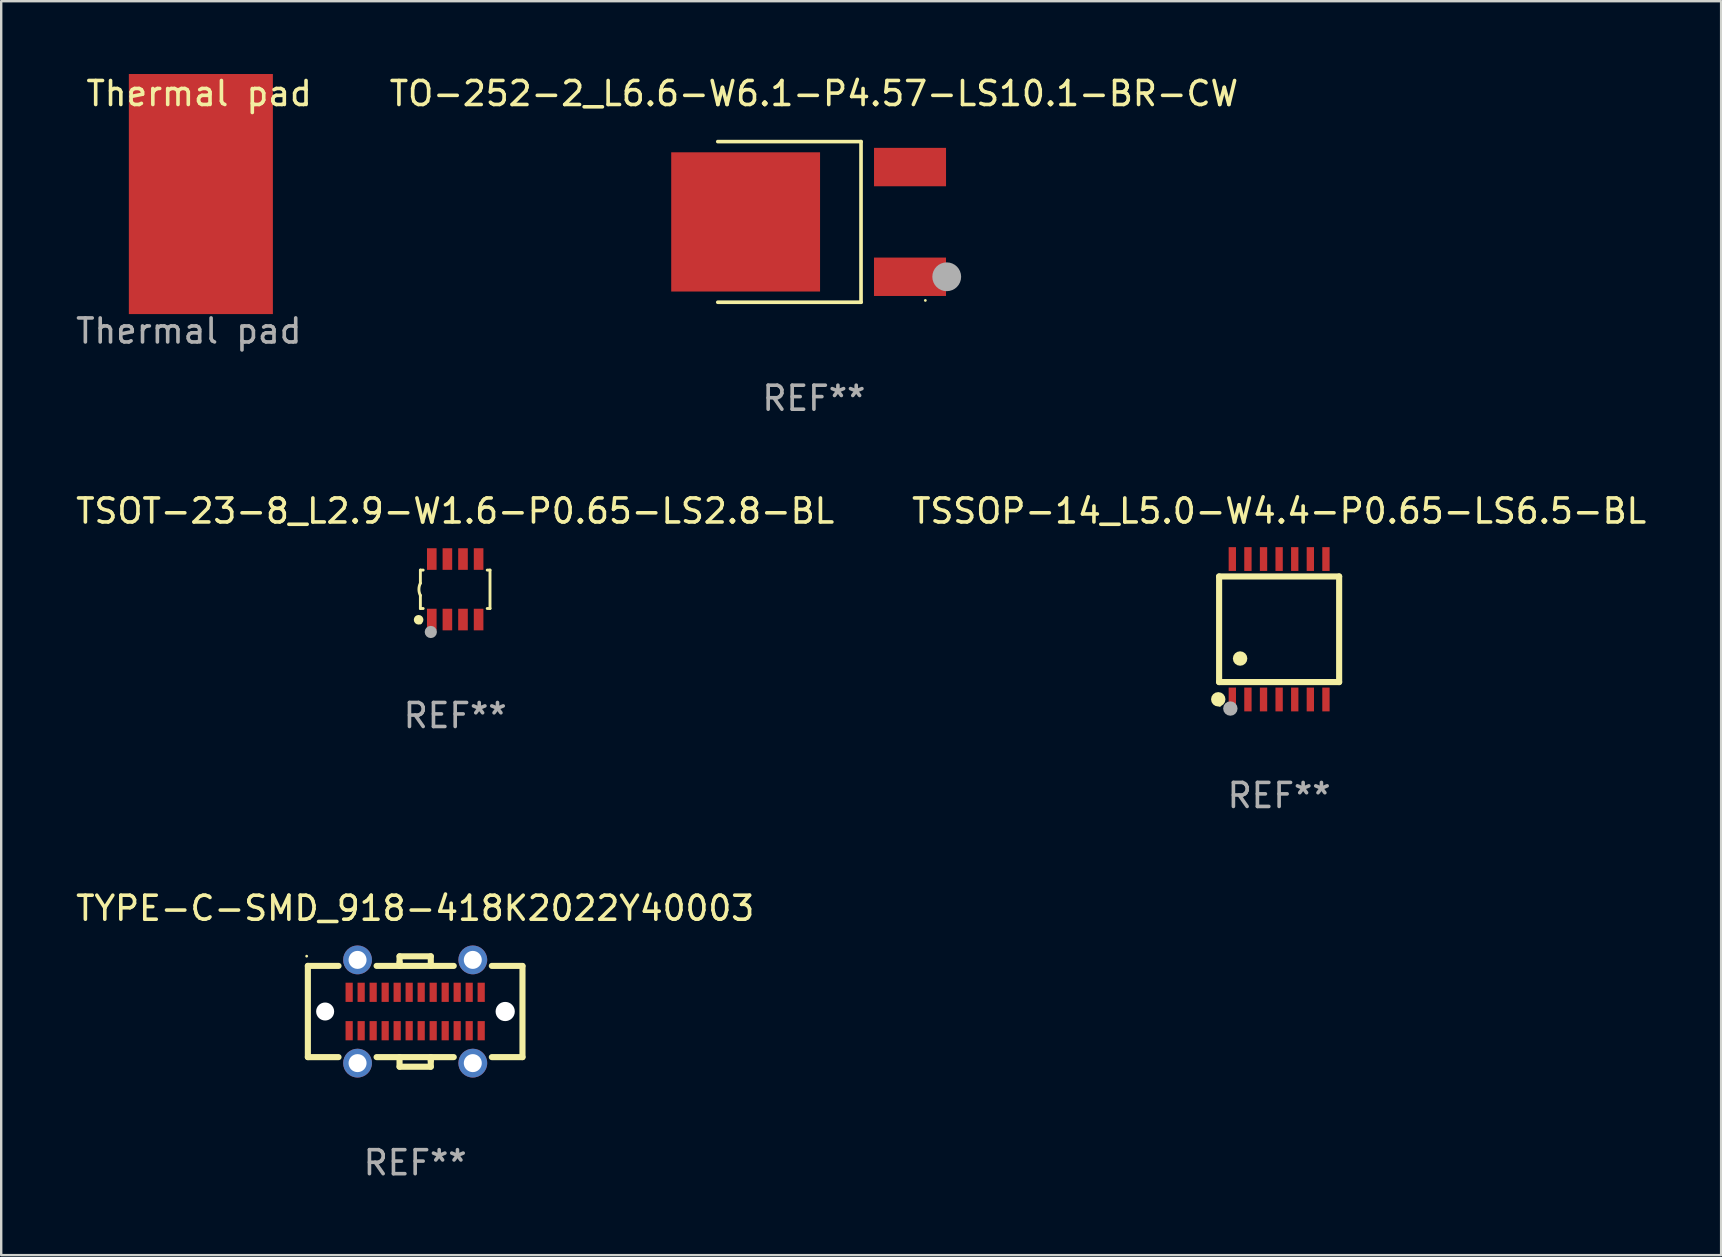
<source format=kicad_pcb>
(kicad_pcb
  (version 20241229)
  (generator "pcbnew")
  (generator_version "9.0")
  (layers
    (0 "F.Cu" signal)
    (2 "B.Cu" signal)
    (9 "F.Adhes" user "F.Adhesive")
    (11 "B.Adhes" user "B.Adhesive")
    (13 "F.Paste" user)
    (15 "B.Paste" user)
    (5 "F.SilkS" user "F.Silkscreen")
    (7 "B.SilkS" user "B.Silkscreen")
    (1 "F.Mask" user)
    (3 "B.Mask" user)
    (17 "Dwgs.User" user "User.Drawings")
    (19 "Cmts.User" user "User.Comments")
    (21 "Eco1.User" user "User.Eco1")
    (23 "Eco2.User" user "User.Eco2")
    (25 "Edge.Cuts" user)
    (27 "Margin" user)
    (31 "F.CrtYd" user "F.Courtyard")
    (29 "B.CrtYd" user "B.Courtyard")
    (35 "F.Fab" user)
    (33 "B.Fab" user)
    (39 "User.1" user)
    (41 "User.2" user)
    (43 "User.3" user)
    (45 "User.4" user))
  (footprint "Thermal pad"
    (layer "F.Cu")
    (at 4.335 3.498)
    (property "Reference" "Thermal pad" (at 0.91 -2.65 0) (unlocked yes) (layer "F.SilkS") (effects (font (size 1 1) (thickness 0.15))))
    (fp_text user "${REFERENCE}" (at 0.48 7.24 0) (unlocked yes) (layer "F.Fab") (effects (font (size 1 1) (thickness 0.15))))
    (pad "1" smd rect (at 0.982 1.535) (size 6 10) (layers "F.Cu" "F.Mask")))
  (footprint "TYPE-C-SMD_918-418K2022Y40003"
    (layer "F.Cu")
    (at 14.244 39.084)
    (property "Reference" "TYPE-C-SMD_918-418K2022Y40003" (at 0 -4.3 0) (layer "F.SilkS") (effects (font (size 1 1) (thickness 0.15))))
    (attr through_hole)
    (fp_line (start -4.47 -1.9) (end -4.47 1.9) (stroke (width 0.254) (type solid)) (layer "F.SilkS"))
    (fp_line (start -4.47 1.9) (end -3.193 1.9) (stroke (width 0.254) (type solid)) (layer "F.SilkS"))
    (fp_line (start -3.193 -1.9) (end -4.47 -1.9) (stroke (width 0.254) (type solid)) (layer "F.SilkS"))
    (fp_line (start -1.607 1.9) (end 1.607 1.9) (stroke (width 0.254) (type solid)) (layer "F.SilkS"))
    (fp_line (start -0.65 2.3) (end -0.652 1.9) (stroke (width 0.254) (type solid)) (layer "F.SilkS"))
    (fp_line (start -0.65 -2.3) (end -0.65 -2.05) (stroke (width 0.254) (type solid)) (layer "F.SilkS"))
    (fp_line (start -0.65 -2.3) (end 0.65 -2.3) (stroke (width 0.254) (type solid)) (layer "F.SilkS"))
    (fp_line (start -0.65 -2.05) (end -0.65 -1.9) (stroke (width 0.254) (type solid)) (layer "F.SilkS"))
    (fp_line (start 0.65 2.05) (end 0.65 1.9) (stroke (width 0.254) (type solid)) (layer "F.SilkS"))
    (fp_line (start 0.65 2.3) (end -0.65 2.3) (stroke (width 0.254) (type solid)) (layer "F.SilkS"))
    (fp_line (start 0.65 2.3) (end 0.65 2.05) (stroke (width 0.254) (type solid)) (layer "F.SilkS"))
    (fp_line (start 0.65 -2.3) (end 0.651 -1.9) (stroke (width 0.254) (type solid)) (layer "F.SilkS"))
    (fp_line (start 1.607 -1.9) (end -1.607 -1.9) (stroke (width 0.254) (type solid)) (layer "F.SilkS"))
    (fp_line (start 3.193 1.9) (end 4.47 1.9) (stroke (width 0.254) (type solid)) (layer "F.SilkS"))
    (fp_line (start 4.47 -1.9) (end 3.193 -1.9) (stroke (width 0.254) (type solid)) (layer "F.SilkS"))
    (fp_line (start 4.47 1.9) (end 4.47 -1.89) (stroke (width 0.254) (type solid)) (layer "F.SilkS"))
    (fp_circle (center -4.52 -2.305) (end -4.49 -2.305) (stroke (width 0.06) (type solid)) (fill no) (layer "F.SilkS"))
    (fp_circle (center -2.4 -2.15) (end -2.1 -2.15) (stroke (width 0.6) (type solid)) (fill no) (layer "F.Paste"))
    (fp_circle (center -2.4 2.15) (end -2.1 2.15) (stroke (width 0.6) (type solid)) (fill no) (layer "F.Paste"))
    (fp_circle (center 2.4 -2.15) (end 2.7 -2.15) (stroke (width 0.6) (type solid)) (fill no) (layer "F.Paste"))
    (fp_circle (center 2.4 2.15) (end 2.7 2.15) (stroke (width 0.6) (type solid)) (fill no) (layer "F.Paste"))
    (fp_circle (center -3.75 0.000127) (end -3.6 0.000127) (stroke (width 0.3) (type solid)) (fill no) (layer "F.Fab"))
    (fp_circle (center 3.75 0.000127) (end 3.9 0.000127) (stroke (width 0.3) (type solid)) (fill no) (layer "F.Fab"))
    (fp_text user "REF**" (at 0 6.3 0) (layer "F.Fab") (effects (font (size 1 1) (thickness 0.15))))
    (pad "" np_thru_hole circle (at -3.75 0.000127) (size 0.75 0.75) (drill 0.75) (layers "*.Cu" "*.Mask"))
    (pad "" np_thru_hole circle (at 3.75 0.000127) (size 0.8 0.8) (drill 0.8) (layers "*.Cu" "*.Mask"))
    (pad "0" thru_hole circle (at -2.4 -2.15) (size 1.2 1.2) (drill 0.75) (layers "*.Cu" "*.Mask"))
    (pad "0" thru_hole circle (at -2.4 2.15) (size 1.2 1.2) (drill 0.75) (layers "*.Cu" "*.Mask"))
    (pad "0" thru_hole circle (at 2.4 -2.15) (size 1.2 1.2) (drill 0.75) (layers "*.Cu" "*.Mask"))
    (pad "0" thru_hole circle (at 2.4 2.15) (size 1.2 1.2) (drill 0.75) (layers "*.Cu" "*.Mask"))
    (pad "A1" smd rect (at -2.75 -0.8 180) (size 0.3 0.8) (layers "F.Cu" "F.Mask" "F.Paste"))
    (pad "A2" smd rect (at -2.25 -0.8 180) (size 0.3 0.8) (layers "F.Cu" "F.Mask" "F.Paste"))
    (pad "A3" smd rect (at -1.75 -0.8 180) (size 0.3 0.8) (layers "F.Cu" "F.Mask" "F.Paste"))
    (pad "A4" smd rect (at -1.25 -0.8 180) (size 0.3 0.8) (layers "F.Cu" "F.Mask" "F.Paste"))
    (pad "A5" smd rect (at -0.75 -0.8 180) (size 0.3 0.8) (layers "F.Cu" "F.Mask" "F.Paste"))
    (pad "A6" smd rect (at -0.25 -0.8 180) (size 0.3 0.8) (layers "F.Cu" "F.Mask" "F.Paste"))
    (pad "A7" smd rect (at 0.25 -0.8 180) (size 0.3 0.8) (layers "F.Cu" "F.Mask" "F.Paste"))
    (pad "A8" smd rect (at 0.75 -0.8 180) (size 0.3 0.8) (layers "F.Cu" "F.Mask" "F.Paste"))
    (pad "A9" smd rect (at 1.25 -0.8 180) (size 0.3 0.8) (layers "F.Cu" "F.Mask" "F.Paste"))
    (pad "A10" smd rect (at 1.75 -0.8 180) (size 0.3 0.8) (layers "F.Cu" "F.Mask" "F.Paste"))
    (pad "A11" smd rect (at 2.25 -0.8 180) (size 0.3 0.8) (layers "F.Cu" "F.Mask" "F.Paste"))
    (pad "A12" smd rect (at 2.75 -0.8 180) (size 0.3 0.8) (layers "F.Cu" "F.Mask" "F.Paste"))
    (pad "B1" smd rect (at 2.75 0.8 180) (size 0.3 0.8) (layers "F.Cu" "F.Mask" "F.Paste"))
    (pad "B2" smd rect (at 2.25 0.8 180) (size 0.3 0.8) (layers "F.Cu" "F.Mask" "F.Paste"))
    (pad "B3" smd rect (at 1.75 0.8 180) (size 0.3 0.8) (layers "F.Cu" "F.Mask" "F.Paste"))
    (pad "B4" smd rect (at 1.25 0.8 180) (size 0.3 0.8) (layers "F.Cu" "F.Mask" "F.Paste"))
    (pad "B5" smd rect (at 0.75 0.8 180) (size 0.3 0.8) (layers "F.Cu" "F.Mask" "F.Paste"))
    (pad "B6" smd rect (at 0.25 0.8 180) (size 0.3 0.8) (layers "F.Cu" "F.Mask" "F.Paste"))
    (pad "B7" smd rect (at -0.25 0.8 180) (size 0.3 0.8) (layers "F.Cu" "F.Mask" "F.Paste"))
    (pad "B8" smd rect (at -0.75 0.8 180) (size 0.3 0.8) (layers "F.Cu" "F.Mask" "F.Paste"))
    (pad "B9" smd rect (at -1.25 0.8 180) (size 0.3 0.8) (layers "F.Cu" "F.Mask" "F.Paste"))
    (pad "B10" smd rect (at -1.75 0.8 180) (size 0.3 0.8) (layers "F.Cu" "F.Mask" "F.Paste"))
    (pad "B11" smd rect (at -2.25 0.8 180) (size 0.3 0.8) (layers "F.Cu" "F.Mask" "F.Paste"))
    (pad "B12" smd rect (at -2.75 0.8 180) (size 0.3 0.8) (layers "F.Cu" "F.Mask" "F.Paste")))
  (footprint "TSOT-23-8_L2.9-W1.6-P0.65-LS2.8-BL"
    (layer "F.Cu")
    (at 15.911 21.497)
    (property "Reference" "TSOT-23-8_L2.9-W1.6-P0.65-LS2.8-BL" (at 0 -3.26 0) (layer "F.SilkS") (effects (font (size 1 1) (thickness 0.15))))
    (attr through_hole)
    (fp_line (start -1.45 -0.8) (end -1.45 -0.254) (stroke (width 0.12) (type solid)) (layer "F.SilkS"))
    (fp_line (start -1.45 -0.8) (end -1.334 -0.8) (stroke (width 0.12) (type solid)) (layer "F.SilkS"))
    (fp_line (start -1.45 0.8) (end -1.45 0.254) (stroke (width 0.12) (type solid)) (layer "F.SilkS"))
    (fp_line (start -1.45 0.8) (end -1.334 0.8) (stroke (width 0.12) (type solid)) (layer "F.SilkS"))
    (fp_line (start 1.334 -0.8) (end 1.45 -0.8) (stroke (width 0.12) (type solid)) (layer "F.SilkS"))
    (fp_line (start 1.334 0.8) (end 1.45 0.8) (stroke (width 0.12) (type solid)) (layer "F.SilkS"))
    (fp_line (start 1.45 0.8) (end 1.45 -0.8) (stroke (width 0.12) (type solid)) (layer "F.SilkS"))
    (fp_arc (start -1.45075 0.255144) (mid -1.510605 0.000434) (end -1.450013 -0.254102) (stroke (width 0.11999) (type solid)) (layer "F.SilkS"))
    (fp_circle (center -1.524 1.27) (end -1.424 1.27) (stroke (width 0.2) (type solid)) (fill no) (layer "F.SilkS"))
    (fp_circle (center -1.45 1.4) (end -1.42 1.4) (stroke (width 0.06) (type solid)) (fill no) (layer "F.SilkS"))
    (fp_circle (center -1.016 1.778) (end -0.889 1.778) (stroke (width 0.254) (type solid)) (fill no) (layer "F.Fab"))
    (fp_text user "REF**" (at 0 5.26 0) (layer "F.Fab") (effects (font (size 1 1) (thickness 0.15))))
    (pad "1" smd rect (at -0.975 1.26) (size 0.4 0.9) (layers "F.Cu" "F.Mask" "F.Paste"))
    (pad "2" smd rect (at -0.325 1.26) (size 0.4 0.9) (layers "F.Cu" "F.Mask" "F.Paste"))
    (pad "3" smd rect (at 0.325 1.26) (size 0.4 0.9) (layers "F.Cu" "F.Mask" "F.Paste"))
    (pad "4" smd rect (at 0.975 1.26) (size 0.4 0.9) (layers "F.Cu" "F.Mask" "F.Paste"))
    (pad "5" smd rect (at 0.975 -1.26) (size 0.4 0.9) (layers "F.Cu" "F.Mask" "F.Paste"))
    (pad "6" smd rect (at 0.325 -1.26) (size 0.4 0.9) (layers "F.Cu" "F.Mask" "F.Paste"))
    (pad "7" smd rect (at -0.325 -1.26) (size 0.4 0.9) (layers "F.Cu" "F.Mask" "F.Paste"))
    (pad "8" smd rect (at -0.975 -1.26) (size 0.4 0.9) (layers "F.Cu" "F.Mask" "F.Paste")))
  (footprint "TO-252-2_L6.6-W6.1-P4.57-LS10.1-BR-CW"
    (layer "F.Cu")
    (at 30.853 6.194)
    (property "Reference" "TO-252-2_L6.6-W6.1-P4.57-LS10.1-BR-CW" (at 0 -5.346 0) (layer "F.SilkS") (effects (font (size 1 1) (thickness 0.15))))
    (attr through_hole)
    (fp_line (start -4.004 -3.346) (end 1.963 -3.346) (stroke (width 0.152) (type solid)) (layer "F.SilkS"))
    (fp_line (start -4.004 3.346) (end 1.963 3.346) (stroke (width 0.152) (type solid)) (layer "F.SilkS"))
    (fp_line (start 1.963 3.346) (end 1.963 -3.346) (stroke (width 0.152) (type solid)) (layer "F.SilkS"))
    (fp_circle (center 4.642 3.27) (end 4.672 3.27) (stroke (width 0.06) (type solid)) (fill no) (layer "F.SilkS"))
    (fp_circle (center 5.533 2.285) (end 5.833 2.285) (stroke (width 0.6) (type solid)) (fill no) (layer "F.Fab"))
    (fp_text user "REF**" (at 0 7.346 0) (layer "F.Fab") (effects (font (size 1 1) (thickness 0.15))))
    (pad "1" smd rect (at 4.003 2.285) (size 3 1.6) (layers "F.Cu" "F.Mask" "F.Paste"))
    (pad "2" smd rect (at -2.844 -0.000076) (size 6.2 5.8) (layers "F.Cu" "F.Mask" "F.Paste"))
    (pad "3" smd rect (at 4.004 -2.285) (size 3 1.6) (layers "F.Cu" "F.Mask" "F.Paste")))
  (footprint "TSSOP-14_L5.0-W4.4-P0.65-LS6.5-BL"
    (layer "F.Cu")
    (at 50.232 23.162)
    (property "Reference" "TSSOP-14_L5.0-W4.4-P0.65-LS6.5-BL" (at 0 -4.925 0) (layer "F.SilkS") (effects (font (size 1 1) (thickness 0.15))))
    (attr through_hole)
    (fp_line (start -2.5 2.2) (end -2.5 -2.2) (stroke (width 0.254) (type solid)) (layer "F.SilkS"))
    (fp_line (start -2.5 2.2) (end 2.5 2.2) (stroke (width 0.254) (type solid)) (layer "F.SilkS"))
    (fp_line (start 2.5 -2.2) (end -2.5 -2.2) (stroke (width 0.254) (type solid)) (layer "F.SilkS"))
    (fp_line (start 2.5 -2.2) (end 2.5 2.2) (stroke (width 0.254) (type solid)) (layer "F.SilkS"))
    (fp_circle (center -2.536 2.917) (end -2.386 2.917) (stroke (width 0.3) (type solid)) (fill no) (layer "F.SilkS"))
    (fp_circle (center -2.47 3.17) (end -2.44 3.17) (stroke (width 0.06) (type solid)) (fill no) (layer "F.SilkS"))
    (fp_circle (center -1.626 1.219) (end -1.475 1.219) (stroke (width 0.3) (type solid)) (fill no) (layer "F.SilkS"))
    (fp_circle (center -2.032 3.302) (end -1.882 3.302) (stroke (width 0.3) (type solid)) (fill no) (layer "F.Fab"))
    (fp_text user "REF**" (at 0 6.925 0) (layer "F.Fab") (effects (font (size 1 1) (thickness 0.15))))
    (pad "1" smd rect (at -1.95 2.925) (size 0.305 0.991) (layers "F.Cu" "F.Mask" "F.Paste"))
    (pad "2" smd rect (at -1.3 2.925) (size 0.305 0.991) (layers "F.Cu" "F.Mask" "F.Paste"))
    (pad "3" smd rect (at -0.65 2.925) (size 0.305 0.991) (layers "F.Cu" "F.Mask" "F.Paste"))
    (pad "4" smd rect (at 0 2.925) (size 0.305 0.991) (layers "F.Cu" "F.Mask" "F.Paste"))
    (pad "5" smd rect (at 0.65 2.925) (size 0.305 0.991) (layers "F.Cu" "F.Mask" "F.Paste"))
    (pad "6" smd rect (at 1.3 2.925) (size 0.305 0.991) (layers "F.Cu" "F.Mask" "F.Paste"))
    (pad "7" smd rect (at 1.95 2.925) (size 0.305 0.991) (layers "F.Cu" "F.Mask" "F.Paste"))
    (pad "8" smd rect (at 1.95 -2.925) (size 0.305 0.991) (layers "F.Cu" "F.Mask" "F.Paste"))
    (pad "9" smd rect (at 1.3 -2.925) (size 0.305 0.991) (layers "F.Cu" "F.Mask" "F.Paste"))
    (pad "10" smd rect (at 0.65 -2.925) (size 0.305 0.991) (layers "F.Cu" "F.Mask" "F.Paste"))
    (pad "11" smd rect (at 0 -2.925) (size 0.305 0.991) (layers "F.Cu" "F.Mask" "F.Paste"))
    (pad "12" smd rect (at -0.65 -2.925) (size 0.305 0.991) (layers "F.Cu" "F.Mask" "F.Paste"))
    (pad "13" smd rect (at -1.3 -2.925) (size 0.305 0.991) (layers "F.Cu" "F.Mask" "F.Paste"))
    (pad "14" smd rect (at -1.95 -2.925) (size 0.305 0.991) (layers "F.Cu" "F.Mask" "F.Paste")))
  (gr_rect
    (start -3 -3)
    (end 68.643 49.232)
    (stroke (width 0.1) (type default))
    (fill no)
    (layer "Edge.Cuts")))
</source>
